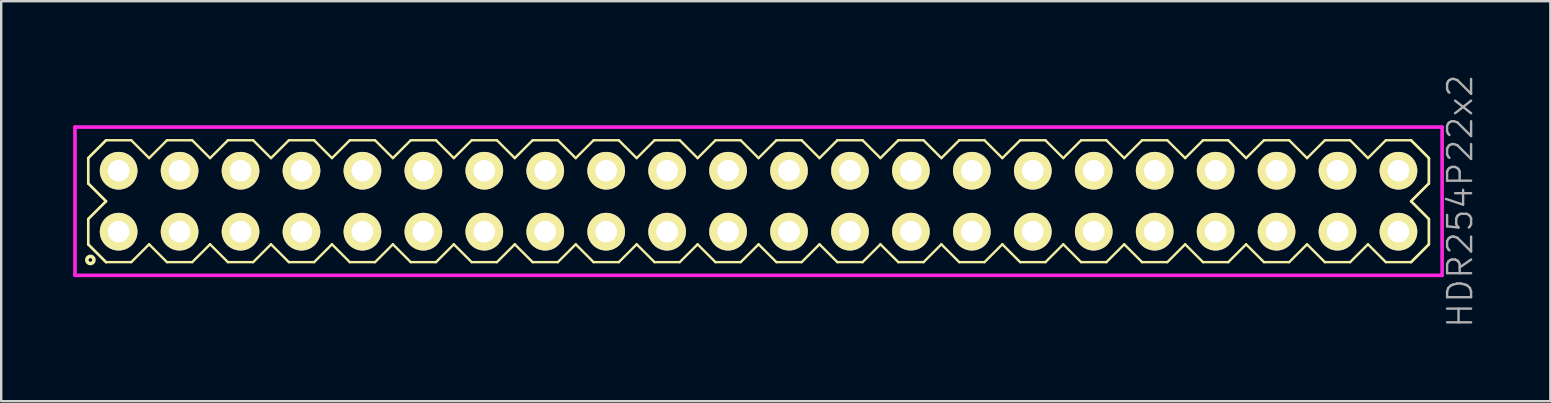
<source format=kicad_pcb>
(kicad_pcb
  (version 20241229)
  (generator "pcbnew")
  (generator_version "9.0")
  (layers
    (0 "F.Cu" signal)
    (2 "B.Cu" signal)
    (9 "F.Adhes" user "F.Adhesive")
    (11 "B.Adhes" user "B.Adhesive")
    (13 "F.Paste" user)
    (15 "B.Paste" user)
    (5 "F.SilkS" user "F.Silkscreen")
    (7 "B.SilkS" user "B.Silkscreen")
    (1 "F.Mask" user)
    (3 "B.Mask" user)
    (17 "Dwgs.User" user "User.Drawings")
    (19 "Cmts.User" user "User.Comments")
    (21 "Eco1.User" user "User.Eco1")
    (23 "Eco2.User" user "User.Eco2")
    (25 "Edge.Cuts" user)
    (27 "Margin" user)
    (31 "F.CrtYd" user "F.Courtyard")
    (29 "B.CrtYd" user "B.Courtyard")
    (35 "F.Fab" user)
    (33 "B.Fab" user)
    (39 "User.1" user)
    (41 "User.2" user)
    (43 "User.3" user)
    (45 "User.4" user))
  (footprint "HDR254P22x2"
    (layer "F.Cu")
    (at 28.565 5.336)
    (property "Reference" "HDR254P22x2" (at 29.24 0 90) (layer "F.Fab") (effects (font (size 1 1) (thickness 0.1))))
    (attr through_hole)
    (fp_line (start -27.94 -1.796) (end -27.196 -2.54) (stroke (width 0.1) (type solid)) (layer "F.SilkS"))
    (fp_line (start -27.94 -1.796) (end -27.196 -2.54) (stroke (width 0.1) (type solid)) (layer "F.SilkS"))
    (fp_line (start -27.94 -0.744) (end -27.94 -1.796) (stroke (width 0.1) (type solid)) (layer "F.SilkS"))
    (fp_line (start -27.94 -0.744) (end -27.94 -1.796) (stroke (width 0.1) (type solid)) (layer "F.SilkS"))
    (fp_line (start -27.94 0.744) (end -27.196 0) (stroke (width 0.1) (type solid)) (layer "F.SilkS"))
    (fp_line (start -27.94 0.744) (end -27.196 0) (stroke (width 0.1) (type solid)) (layer "F.SilkS"))
    (fp_line (start -27.94 1.796) (end -27.94 0.744) (stroke (width 0.1) (type solid)) (layer "F.SilkS"))
    (fp_line (start -27.94 1.796) (end -27.94 0.744) (stroke (width 0.1) (type solid)) (layer "F.SilkS"))
    (fp_line (start -27.196 -2.54) (end -26.144 -2.54) (stroke (width 0.1) (type solid)) (layer "F.SilkS"))
    (fp_line (start -27.196 0) (end -27.94 -0.744) (stroke (width 0.1) (type solid)) (layer "F.SilkS"))
    (fp_line (start -27.196 0) (end -27.94 -0.744) (stroke (width 0.1) (type solid)) (layer "F.SilkS"))
    (fp_line (start -27.196 2.54) (end -27.94 1.796) (stroke (width 0.1) (type solid)) (layer "F.SilkS"))
    (fp_line (start -27.196 2.54) (end -27.94 1.796) (stroke (width 0.1) (type solid)) (layer "F.SilkS"))
    (fp_line (start -26.144 -2.54) (end -25.4 -1.796) (stroke (width 0.1) (type solid)) (layer "F.SilkS"))
    (fp_line (start -26.144 2.54) (end -27.196 2.54) (stroke (width 0.1) (type solid)) (layer "F.SilkS"))
    (fp_line (start -25.4 -1.796) (end -24.656 -2.54) (stroke (width 0.1) (type solid)) (layer "F.SilkS"))
    (fp_line (start -25.4 1.796) (end -26.144 2.54) (stroke (width 0.1) (type solid)) (layer "F.SilkS"))
    (fp_line (start -24.656 -2.54) (end -23.604 -2.54) (stroke (width 0.1) (type solid)) (layer "F.SilkS"))
    (fp_line (start -24.656 2.54) (end -25.4 1.796) (stroke (width 0.1) (type solid)) (layer "F.SilkS"))
    (fp_line (start -23.604 -2.54) (end -22.86 -1.796) (stroke (width 0.1) (type solid)) (layer "F.SilkS"))
    (fp_line (start -23.604 2.54) (end -24.656 2.54) (stroke (width 0.1) (type solid)) (layer "F.SilkS"))
    (fp_line (start -22.86 -1.796) (end -22.116 -2.54) (stroke (width 0.1) (type solid)) (layer "F.SilkS"))
    (fp_line (start -22.86 1.796) (end -23.604 2.54) (stroke (width 0.1) (type solid)) (layer "F.SilkS"))
    (fp_line (start -22.116 -2.54) (end -21.064 -2.54) (stroke (width 0.1) (type solid)) (layer "F.SilkS"))
    (fp_line (start -22.116 2.54) (end -22.86 1.796) (stroke (width 0.1) (type solid)) (layer "F.SilkS"))
    (fp_line (start -21.064 -2.54) (end -20.32 -1.796) (stroke (width 0.1) (type solid)) (layer "F.SilkS"))
    (fp_line (start -21.064 2.54) (end -22.116 2.54) (stroke (width 0.1) (type solid)) (layer "F.SilkS"))
    (fp_line (start -20.32 -1.796) (end -19.576 -2.54) (stroke (width 0.1) (type solid)) (layer "F.SilkS"))
    (fp_line (start -20.32 1.796) (end -21.064 2.54) (stroke (width 0.1) (type solid)) (layer "F.SilkS"))
    (fp_line (start -19.576 -2.54) (end -18.524 -2.54) (stroke (width 0.1) (type solid)) (layer "F.SilkS"))
    (fp_line (start -19.576 2.54) (end -20.32 1.796) (stroke (width 0.1) (type solid)) (layer "F.SilkS"))
    (fp_line (start -18.524 -2.54) (end -17.78 -1.796) (stroke (width 0.1) (type solid)) (layer "F.SilkS"))
    (fp_line (start -18.524 2.54) (end -19.576 2.54) (stroke (width 0.1) (type solid)) (layer "F.SilkS"))
    (fp_line (start -17.78 -1.796) (end -17.036 -2.54) (stroke (width 0.1) (type solid)) (layer "F.SilkS"))
    (fp_line (start -17.78 1.796) (end -18.524 2.54) (stroke (width 0.1) (type solid)) (layer "F.SilkS"))
    (fp_line (start -17.036 -2.54) (end -15.984 -2.54) (stroke (width 0.1) (type solid)) (layer "F.SilkS"))
    (fp_line (start -17.036 2.54) (end -17.78 1.796) (stroke (width 0.1) (type solid)) (layer "F.SilkS"))
    (fp_line (start -15.984 -2.54) (end -15.24 -1.796) (stroke (width 0.1) (type solid)) (layer "F.SilkS"))
    (fp_line (start -15.984 2.54) (end -17.036 2.54) (stroke (width 0.1) (type solid)) (layer "F.SilkS"))
    (fp_line (start -15.24 -1.796) (end -14.496 -2.54) (stroke (width 0.1) (type solid)) (layer "F.SilkS"))
    (fp_line (start -15.24 1.796) (end -15.984 2.54) (stroke (width 0.1) (type solid)) (layer "F.SilkS"))
    (fp_line (start -14.496 -2.54) (end -13.444 -2.54) (stroke (width 0.1) (type solid)) (layer "F.SilkS"))
    (fp_line (start -14.496 2.54) (end -15.24 1.796) (stroke (width 0.1) (type solid)) (layer "F.SilkS"))
    (fp_line (start -13.444 -2.54) (end -12.7 -1.796) (stroke (width 0.1) (type solid)) (layer "F.SilkS"))
    (fp_line (start -13.444 2.54) (end -14.496 2.54) (stroke (width 0.1) (type solid)) (layer "F.SilkS"))
    (fp_line (start -12.7 -1.796) (end -11.956 -2.54) (stroke (width 0.1) (type solid)) (layer "F.SilkS"))
    (fp_line (start -12.7 1.796) (end -13.444 2.54) (stroke (width 0.1) (type solid)) (layer "F.SilkS"))
    (fp_line (start -11.956 -2.54) (end -10.904 -2.54) (stroke (width 0.1) (type solid)) (layer "F.SilkS"))
    (fp_line (start -11.956 2.54) (end -12.7 1.796) (stroke (width 0.1) (type solid)) (layer "F.SilkS"))
    (fp_line (start -10.904 -2.54) (end -10.16 -1.796) (stroke (width 0.1) (type solid)) (layer "F.SilkS"))
    (fp_line (start -10.904 2.54) (end -11.956 2.54) (stroke (width 0.1) (type solid)) (layer "F.SilkS"))
    (fp_line (start -10.16 -1.796) (end -9.416 -2.54) (stroke (width 0.1) (type solid)) (layer "F.SilkS"))
    (fp_line (start -10.16 1.796) (end -10.904 2.54) (stroke (width 0.1) (type solid)) (layer "F.SilkS"))
    (fp_line (start -9.416 -2.54) (end -8.364 -2.54) (stroke (width 0.1) (type solid)) (layer "F.SilkS"))
    (fp_line (start -9.416 2.54) (end -10.16 1.796) (stroke (width 0.1) (type solid)) (layer "F.SilkS"))
    (fp_line (start -8.364 -2.54) (end -7.62 -1.796) (stroke (width 0.1) (type solid)) (layer "F.SilkS"))
    (fp_line (start -8.364 2.54) (end -9.416 2.54) (stroke (width 0.1) (type solid)) (layer "F.SilkS"))
    (fp_line (start -7.62 -1.796) (end -6.876 -2.54) (stroke (width 0.1) (type solid)) (layer "F.SilkS"))
    (fp_line (start -7.62 1.796) (end -8.364 2.54) (stroke (width 0.1) (type solid)) (layer "F.SilkS"))
    (fp_line (start -6.876 -2.54) (end -5.824 -2.54) (stroke (width 0.1) (type solid)) (layer "F.SilkS"))
    (fp_line (start -6.876 2.54) (end -7.62 1.796) (stroke (width 0.1) (type solid)) (layer "F.SilkS"))
    (fp_line (start -5.824 -2.54) (end -5.08 -1.796) (stroke (width 0.1) (type solid)) (layer "F.SilkS"))
    (fp_line (start -5.824 2.54) (end -6.876 2.54) (stroke (width 0.1) (type solid)) (layer "F.SilkS"))
    (fp_line (start -5.08 -1.796) (end -4.336 -2.54) (stroke (width 0.1) (type solid)) (layer "F.SilkS"))
    (fp_line (start -5.08 1.796) (end -5.824 2.54) (stroke (width 0.1) (type solid)) (layer "F.SilkS"))
    (fp_line (start -4.336 -2.54) (end -3.284 -2.54) (stroke (width 0.1) (type solid)) (layer "F.SilkS"))
    (fp_line (start -4.336 2.54) (end -5.08 1.796) (stroke (width 0.1) (type solid)) (layer "F.SilkS"))
    (fp_line (start -3.284 -2.54) (end -2.54 -1.796) (stroke (width 0.1) (type solid)) (layer "F.SilkS"))
    (fp_line (start -3.284 2.54) (end -4.336 2.54) (stroke (width 0.1) (type solid)) (layer "F.SilkS"))
    (fp_line (start -2.54 -1.796) (end -1.796 -2.54) (stroke (width 0.1) (type solid)) (layer "F.SilkS"))
    (fp_line (start -2.54 1.796) (end -3.284 2.54) (stroke (width 0.1) (type solid)) (layer "F.SilkS"))
    (fp_line (start -1.796 -2.54) (end -0.744 -2.54) (stroke (width 0.1) (type solid)) (layer "F.SilkS"))
    (fp_line (start -1.796 2.54) (end -2.54 1.796) (stroke (width 0.1) (type solid)) (layer "F.SilkS"))
    (fp_line (start -0.744 -2.54) (end 0 -1.796) (stroke (width 0.1) (type solid)) (layer "F.SilkS"))
    (fp_line (start -0.744 2.54) (end -1.796 2.54) (stroke (width 0.1) (type solid)) (layer "F.SilkS"))
    (fp_line (start 0 -1.796) (end 0.744 -2.54) (stroke (width 0.1) (type solid)) (layer "F.SilkS"))
    (fp_line (start 0 1.796) (end -0.744 2.54) (stroke (width 0.1) (type solid)) (layer "F.SilkS"))
    (fp_line (start 0.744 -2.54) (end 1.796 -2.54) (stroke (width 0.1) (type solid)) (layer "F.SilkS"))
    (fp_line (start 0.744 2.54) (end 0 1.796) (stroke (width 0.1) (type solid)) (layer "F.SilkS"))
    (fp_line (start 1.796 -2.54) (end 2.54 -1.796) (stroke (width 0.1) (type solid)) (layer "F.SilkS"))
    (fp_line (start 1.796 2.54) (end 0.744 2.54) (stroke (width 0.1) (type solid)) (layer "F.SilkS"))
    (fp_line (start 2.54 -1.796) (end 3.284 -2.54) (stroke (width 0.1) (type solid)) (layer "F.SilkS"))
    (fp_line (start 2.54 1.796) (end 1.796 2.54) (stroke (width 0.1) (type solid)) (layer "F.SilkS"))
    (fp_line (start 3.284 -2.54) (end 4.336 -2.54) (stroke (width 0.1) (type solid)) (layer "F.SilkS"))
    (fp_line (start 3.284 2.54) (end 2.54 1.796) (stroke (width 0.1) (type solid)) (layer "F.SilkS"))
    (fp_line (start 4.336 -2.54) (end 5.08 -1.796) (stroke (width 0.1) (type solid)) (layer "F.SilkS"))
    (fp_line (start 4.336 2.54) (end 3.284 2.54) (stroke (width 0.1) (type solid)) (layer "F.SilkS"))
    (fp_line (start 5.08 -1.796) (end 5.824 -2.54) (stroke (width 0.1) (type solid)) (layer "F.SilkS"))
    (fp_line (start 5.08 1.796) (end 4.336 2.54) (stroke (width 0.1) (type solid)) (layer "F.SilkS"))
    (fp_line (start 5.824 -2.54) (end 6.876 -2.54) (stroke (width 0.1) (type solid)) (layer "F.SilkS"))
    (fp_line (start 5.824 2.54) (end 5.08 1.796) (stroke (width 0.1) (type solid)) (layer "F.SilkS"))
    (fp_line (start 6.876 -2.54) (end 7.62 -1.796) (stroke (width 0.1) (type solid)) (layer "F.SilkS"))
    (fp_line (start 6.876 2.54) (end 5.824 2.54) (stroke (width 0.1) (type solid)) (layer "F.SilkS"))
    (fp_line (start 7.62 -1.796) (end 8.364 -2.54) (stroke (width 0.1) (type solid)) (layer "F.SilkS"))
    (fp_line (start 7.62 1.796) (end 6.876 2.54) (stroke (width 0.1) (type solid)) (layer "F.SilkS"))
    (fp_line (start 8.364 -2.54) (end 9.416 -2.54) (stroke (width 0.1) (type solid)) (layer "F.SilkS"))
    (fp_line (start 8.364 2.54) (end 7.62 1.796) (stroke (width 0.1) (type solid)) (layer "F.SilkS"))
    (fp_line (start 9.416 -2.54) (end 10.16 -1.796) (stroke (width 0.1) (type solid)) (layer "F.SilkS"))
    (fp_line (start 9.416 2.54) (end 8.364 2.54) (stroke (width 0.1) (type solid)) (layer "F.SilkS"))
    (fp_line (start 10.16 -1.796) (end 10.904 -2.54) (stroke (width 0.1) (type solid)) (layer "F.SilkS"))
    (fp_line (start 10.16 1.796) (end 9.416 2.54) (stroke (width 0.1) (type solid)) (layer "F.SilkS"))
    (fp_line (start 10.904 -2.54) (end 11.956 -2.54) (stroke (width 0.1) (type solid)) (layer "F.SilkS"))
    (fp_line (start 10.904 2.54) (end 10.16 1.796) (stroke (width 0.1) (type solid)) (layer "F.SilkS"))
    (fp_line (start 11.956 -2.54) (end 12.7 -1.796) (stroke (width 0.1) (type solid)) (layer "F.SilkS"))
    (fp_line (start 11.956 2.54) (end 10.904 2.54) (stroke (width 0.1) (type solid)) (layer "F.SilkS"))
    (fp_line (start 12.7 -1.796) (end 13.444 -2.54) (stroke (width 0.1) (type solid)) (layer "F.SilkS"))
    (fp_line (start 12.7 1.796) (end 11.956 2.54) (stroke (width 0.1) (type solid)) (layer "F.SilkS"))
    (fp_line (start 13.444 -2.54) (end 14.496 -2.54) (stroke (width 0.1) (type solid)) (layer "F.SilkS"))
    (fp_line (start 13.444 2.54) (end 12.7 1.796) (stroke (width 0.1) (type solid)) (layer "F.SilkS"))
    (fp_line (start 14.496 -2.54) (end 15.24 -1.796) (stroke (width 0.1) (type solid)) (layer "F.SilkS"))
    (fp_line (start 14.496 2.54) (end 13.444 2.54) (stroke (width 0.1) (type solid)) (layer "F.SilkS"))
    (fp_line (start 15.24 -1.796) (end 15.984 -2.54) (stroke (width 0.1) (type solid)) (layer "F.SilkS"))
    (fp_line (start 15.24 1.796) (end 14.496 2.54) (stroke (width 0.1) (type solid)) (layer "F.SilkS"))
    (fp_line (start 15.984 -2.54) (end 17.036 -2.54) (stroke (width 0.1) (type solid)) (layer "F.SilkS"))
    (fp_line (start 15.984 2.54) (end 15.24 1.796) (stroke (width 0.1) (type solid)) (layer "F.SilkS"))
    (fp_line (start 17.036 -2.54) (end 17.78 -1.796) (stroke (width 0.1) (type solid)) (layer "F.SilkS"))
    (fp_line (start 17.036 2.54) (end 15.984 2.54) (stroke (width 0.1) (type solid)) (layer "F.SilkS"))
    (fp_line (start 17.78 -1.796) (end 18.524 -2.54) (stroke (width 0.1) (type solid)) (layer "F.SilkS"))
    (fp_line (start 17.78 1.796) (end 17.036 2.54) (stroke (width 0.1) (type solid)) (layer "F.SilkS"))
    (fp_line (start 18.524 -2.54) (end 19.576 -2.54) (stroke (width 0.1) (type solid)) (layer "F.SilkS"))
    (fp_line (start 18.524 2.54) (end 17.78 1.796) (stroke (width 0.1) (type solid)) (layer "F.SilkS"))
    (fp_line (start 19.576 -2.54) (end 20.32 -1.796) (stroke (width 0.1) (type solid)) (layer "F.SilkS"))
    (fp_line (start 19.576 2.54) (end 18.524 2.54) (stroke (width 0.1) (type solid)) (layer "F.SilkS"))
    (fp_line (start 20.32 -1.796) (end 21.064 -2.54) (stroke (width 0.1) (type solid)) (layer "F.SilkS"))
    (fp_line (start 20.32 1.796) (end 19.576 2.54) (stroke (width 0.1) (type solid)) (layer "F.SilkS"))
    (fp_line (start 21.064 -2.54) (end 22.116 -2.54) (stroke (width 0.1) (type solid)) (layer "F.SilkS"))
    (fp_line (start 21.064 2.54) (end 20.32 1.796) (stroke (width 0.1) (type solid)) (layer "F.SilkS"))
    (fp_line (start 22.116 -2.54) (end 22.86 -1.796) (stroke (width 0.1) (type solid)) (layer "F.SilkS"))
    (fp_line (start 22.116 2.54) (end 21.064 2.54) (stroke (width 0.1) (type solid)) (layer "F.SilkS"))
    (fp_line (start 22.86 -1.796) (end 23.604 -2.54) (stroke (width 0.1) (type solid)) (layer "F.SilkS"))
    (fp_line (start 22.86 1.796) (end 22.116 2.54) (stroke (width 0.1) (type solid)) (layer "F.SilkS"))
    (fp_line (start 23.604 -2.54) (end 24.656 -2.54) (stroke (width 0.1) (type solid)) (layer "F.SilkS"))
    (fp_line (start 23.604 2.54) (end 22.86 1.796) (stroke (width 0.1) (type solid)) (layer "F.SilkS"))
    (fp_line (start 24.656 -2.54) (end 25.4 -1.796) (stroke (width 0.1) (type solid)) (layer "F.SilkS"))
    (fp_line (start 24.656 2.54) (end 23.604 2.54) (stroke (width 0.1) (type solid)) (layer "F.SilkS"))
    (fp_line (start 25.4 -1.796) (end 26.144 -2.54) (stroke (width 0.1) (type solid)) (layer "F.SilkS"))
    (fp_line (start 25.4 1.796) (end 24.656 2.54) (stroke (width 0.1) (type solid)) (layer "F.SilkS"))
    (fp_line (start 26.144 -2.54) (end 27.196 -2.54) (stroke (width 0.1) (type solid)) (layer "F.SilkS"))
    (fp_line (start 26.144 2.54) (end 25.4 1.796) (stroke (width 0.1) (type solid)) (layer "F.SilkS"))
    (fp_line (start 27.196 -2.54) (end 27.94 -1.796) (stroke (width 0.1) (type solid)) (layer "F.SilkS"))
    (fp_line (start 27.196 -2.54) (end 27.94 -1.796) (stroke (width 0.1) (type solid)) (layer "F.SilkS"))
    (fp_line (start 27.196 0) (end 27.94 0.744) (stroke (width 0.1) (type solid)) (layer "F.SilkS"))
    (fp_line (start 27.196 0) (end 27.94 0.744) (stroke (width 0.1) (type solid)) (layer "F.SilkS"))
    (fp_line (start 27.196 2.54) (end 26.144 2.54) (stroke (width 0.1) (type solid)) (layer "F.SilkS"))
    (fp_line (start 27.94 -1.796) (end 27.94 -0.744) (stroke (width 0.1) (type solid)) (layer "F.SilkS"))
    (fp_line (start 27.94 -1.796) (end 27.94 -0.744) (stroke (width 0.1) (type solid)) (layer "F.SilkS"))
    (fp_line (start 27.94 -0.744) (end 27.196 0) (stroke (width 0.1) (type solid)) (layer "F.SilkS"))
    (fp_line (start 27.94 -0.744) (end 27.196 0) (stroke (width 0.1) (type solid)) (layer "F.SilkS"))
    (fp_line (start 27.94 0.744) (end 27.94 1.796) (stroke (width 0.1) (type solid)) (layer "F.SilkS"))
    (fp_line (start 27.94 0.744) (end 27.94 1.796) (stroke (width 0.1) (type solid)) (layer "F.SilkS"))
    (fp_line (start 27.94 1.796) (end 27.196 2.54) (stroke (width 0.1) (type solid)) (layer "F.SilkS"))
    (fp_line (start 27.94 1.796) (end 27.196 2.54) (stroke (width 0.1) (type solid)) (layer "F.SilkS"))
    (fp_circle (center -27.848 2.448) (end -27.698 2.448) (stroke (width 0.15) (type solid)) (fill no) (layer "F.SilkS"))
    (fp_line (start -28.49 -3.09) (end -28.49 3.09) (stroke (width 0.15) (type solid)) (layer "F.CrtYd"))
    (fp_line (start -28.49 3.09) (end 28.49 3.09) (stroke (width 0.15) (type solid)) (layer "F.CrtYd"))
    (fp_line (start 28.49 -3.09) (end -28.49 -3.09) (stroke (width 0.15) (type solid)) (layer "F.CrtYd"))
    (fp_line (start 28.49 3.09) (end 28.49 -3.09) (stroke (width 0.15) (type solid)) (layer "F.CrtYd"))
    (pad "1" thru_hole oval (at -26.67 1.27) (size 1.57 1.57) (drill 0.9) (layers "*.Cu" "*.Mask" "F.SilkS"))
    (pad "2" thru_hole oval (at -26.67 -1.27) (size 1.57 1.57) (drill 0.9) (layers "*.Cu" "*.Mask" "F.SilkS"))
    (pad "3" thru_hole oval (at -24.13 1.27) (size 1.57 1.57) (drill 0.9) (layers "*.Cu" "*.Mask" "F.SilkS"))
    (pad "4" thru_hole oval (at -24.13 -1.27) (size 1.57 1.57) (drill 0.9) (layers "*.Cu" "*.Mask" "F.SilkS"))
    (pad "5" thru_hole oval (at -21.59 1.27) (size 1.57 1.57) (drill 0.9) (layers "*.Cu" "*.Mask" "F.SilkS"))
    (pad "6" thru_hole oval (at -21.59 -1.27) (size 1.57 1.57) (drill 0.9) (layers "*.Cu" "*.Mask" "F.SilkS"))
    (pad "7" thru_hole oval (at -19.05 1.27) (size 1.57 1.57) (drill 0.9) (layers "*.Cu" "*.Mask" "F.SilkS"))
    (pad "8" thru_hole oval (at -19.05 -1.27) (size 1.57 1.57) (drill 0.9) (layers "*.Cu" "*.Mask" "F.SilkS"))
    (pad "9" thru_hole oval (at -16.51 1.27) (size 1.57 1.57) (drill 0.9) (layers "*.Cu" "*.Mask" "F.SilkS"))
    (pad "10" thru_hole oval (at -16.51 -1.27) (size 1.57 1.57) (drill 0.9) (layers "*.Cu" "*.Mask" "F.SilkS"))
    (pad "11" thru_hole oval (at -13.97 1.27) (size 1.57 1.57) (drill 0.9) (layers "*.Cu" "*.Mask" "F.SilkS"))
    (pad "12" thru_hole oval (at -13.97 -1.27) (size 1.57 1.57) (drill 0.9) (layers "*.Cu" "*.Mask" "F.SilkS"))
    (pad "13" thru_hole oval (at -11.43 1.27) (size 1.57 1.57) (drill 0.9) (layers "*.Cu" "*.Mask" "F.SilkS"))
    (pad "14" thru_hole oval (at -11.43 -1.27) (size 1.57 1.57) (drill 0.9) (layers "*.Cu" "*.Mask" "F.SilkS"))
    (pad "15" thru_hole oval (at -8.89 1.27) (size 1.57 1.57) (drill 0.9) (layers "*.Cu" "*.Mask" "F.SilkS"))
    (pad "16" thru_hole oval (at -8.89 -1.27) (size 1.57 1.57) (drill 0.9) (layers "*.Cu" "*.Mask" "F.SilkS"))
    (pad "17" thru_hole oval (at -6.35 1.27) (size 1.57 1.57) (drill 0.9) (layers "*.Cu" "*.Mask" "F.SilkS"))
    (pad "18" thru_hole oval (at -6.35 -1.27) (size 1.57 1.57) (drill 0.9) (layers "*.Cu" "*.Mask" "F.SilkS"))
    (pad "19" thru_hole oval (at -3.81 1.27) (size 1.57 1.57) (drill 0.9) (layers "*.Cu" "*.Mask" "F.SilkS"))
    (pad "20" thru_hole oval (at -3.81 -1.27) (size 1.57 1.57) (drill 0.9) (layers "*.Cu" "*.Mask" "F.SilkS"))
    (pad "21" thru_hole oval (at -1.27 1.27) (size 1.57 1.57) (drill 0.9) (layers "*.Cu" "*.Mask" "F.SilkS"))
    (pad "22" thru_hole oval (at -1.27 -1.27) (size 1.57 1.57) (drill 0.9) (layers "*.Cu" "*.Mask" "F.SilkS"))
    (pad "23" thru_hole oval (at 1.27 1.27) (size 1.57 1.57) (drill 0.9) (layers "*.Cu" "*.Mask" "F.SilkS"))
    (pad "24" thru_hole oval (at 1.27 -1.27) (size 1.57 1.57) (drill 0.9) (layers "*.Cu" "*.Mask" "F.SilkS"))
    (pad "25" thru_hole oval (at 3.81 1.27) (size 1.57 1.57) (drill 0.9) (layers "*.Cu" "*.Mask" "F.SilkS"))
    (pad "26" thru_hole oval (at 3.81 -1.27) (size 1.57 1.57) (drill 0.9) (layers "*.Cu" "*.Mask" "F.SilkS"))
    (pad "27" thru_hole oval (at 6.35 1.27) (size 1.57 1.57) (drill 0.9) (layers "*.Cu" "*.Mask" "F.SilkS"))
    (pad "28" thru_hole oval (at 6.35 -1.27) (size 1.57 1.57) (drill 0.9) (layers "*.Cu" "*.Mask" "F.SilkS"))
    (pad "29" thru_hole oval (at 8.89 1.27) (size 1.57 1.57) (drill 0.9) (layers "*.Cu" "*.Mask" "F.SilkS"))
    (pad "30" thru_hole oval (at 8.89 -1.27) (size 1.57 1.57) (drill 0.9) (layers "*.Cu" "*.Mask" "F.SilkS"))
    (pad "31" thru_hole oval (at 11.43 1.27) (size 1.57 1.57) (drill 0.9) (layers "*.Cu" "*.Mask" "F.SilkS"))
    (pad "32" thru_hole oval (at 11.43 -1.27) (size 1.57 1.57) (drill 0.9) (layers "*.Cu" "*.Mask" "F.SilkS"))
    (pad "33" thru_hole oval (at 13.97 1.27) (size 1.57 1.57) (drill 0.9) (layers "*.Cu" "*.Mask" "F.SilkS"))
    (pad "34" thru_hole oval (at 13.97 -1.27) (size 1.57 1.57) (drill 0.9) (layers "*.Cu" "*.Mask" "F.SilkS"))
    (pad "35" thru_hole oval (at 16.51 1.27) (size 1.57 1.57) (drill 0.9) (layers "*.Cu" "*.Mask" "F.SilkS"))
    (pad "36" thru_hole oval (at 16.51 -1.27) (size 1.57 1.57) (drill 0.9) (layers "*.Cu" "*.Mask" "F.SilkS"))
    (pad "37" thru_hole oval (at 19.05 1.27) (size 1.57 1.57) (drill 0.9) (layers "*.Cu" "*.Mask" "F.SilkS"))
    (pad "38" thru_hole oval (at 19.05 -1.27) (size 1.57 1.57) (drill 0.9) (layers "*.Cu" "*.Mask" "F.SilkS"))
    (pad "39" thru_hole oval (at 21.59 1.27) (size 1.57 1.57) (drill 0.9) (layers "*.Cu" "*.Mask" "F.SilkS"))
    (pad "40" thru_hole oval (at 21.59 -1.27) (size 1.57 1.57) (drill 0.9) (layers "*.Cu" "*.Mask" "F.SilkS"))
    (pad "41" thru_hole oval (at 24.13 1.27) (size 1.57 1.57) (drill 0.9) (layers "*.Cu" "*.Mask" "F.SilkS"))
    (pad "42" thru_hole oval (at 24.13 -1.27) (size 1.57 1.57) (drill 0.9) (layers "*.Cu" "*.Mask" "F.SilkS"))
    (pad "43" thru_hole oval (at 26.67 1.27) (size 1.57 1.57) (drill 0.9) (layers "*.Cu" "*.Mask" "F.SilkS"))
    (pad "44" thru_hole oval (at 26.67 -1.27) (size 1.57 1.57) (drill 0.9) (layers "*.Cu" "*.Mask" "F.SilkS")))
  (gr_rect
    (start -3 -3)
    (end 61.566 13.671)
    (stroke (width 0.1) (type default))
    (fill no)
    (layer "Edge.Cuts")))
</source>
